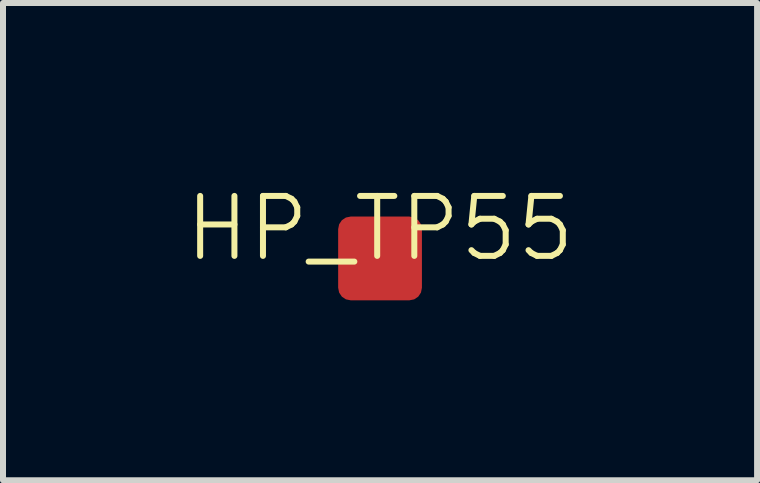
<source format=kicad_pcb>
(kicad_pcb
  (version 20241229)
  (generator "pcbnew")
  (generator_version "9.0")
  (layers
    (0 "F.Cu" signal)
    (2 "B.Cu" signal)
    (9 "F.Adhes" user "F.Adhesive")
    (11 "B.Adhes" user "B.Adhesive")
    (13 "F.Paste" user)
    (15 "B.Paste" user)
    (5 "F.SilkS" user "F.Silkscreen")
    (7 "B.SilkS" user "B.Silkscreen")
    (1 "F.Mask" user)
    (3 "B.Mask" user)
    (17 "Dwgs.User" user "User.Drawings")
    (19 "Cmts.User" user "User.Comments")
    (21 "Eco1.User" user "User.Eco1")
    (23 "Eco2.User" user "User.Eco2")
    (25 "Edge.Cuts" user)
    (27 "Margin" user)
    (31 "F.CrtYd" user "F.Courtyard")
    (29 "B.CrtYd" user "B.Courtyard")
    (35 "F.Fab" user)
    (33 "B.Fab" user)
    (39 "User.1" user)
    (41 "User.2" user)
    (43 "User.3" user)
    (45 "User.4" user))
  (footprint "HP_TP55"
    (layer "F.Cu")
    (at 3.288 1.26)
    (property "Reference" "HP_TP55" (at 0 -0.5 0) (unlocked yes) (layer "F.SilkS") (effects (font (size 1 1) (thickness 0.1))))
    (attr smd)
    (pad "1" smd roundrect (at 0 0) (size 1.397 1.397) (layers "F.Cu" "F.Mask" "F.Paste") (roundrect_rratio 0.15)))
  (gr_rect
    (start -3 -3)
    (end 9.576 4.959)
    (stroke (width 0.1) (type default))
    (fill no)
    (layer "Edge.Cuts")))
</source>
